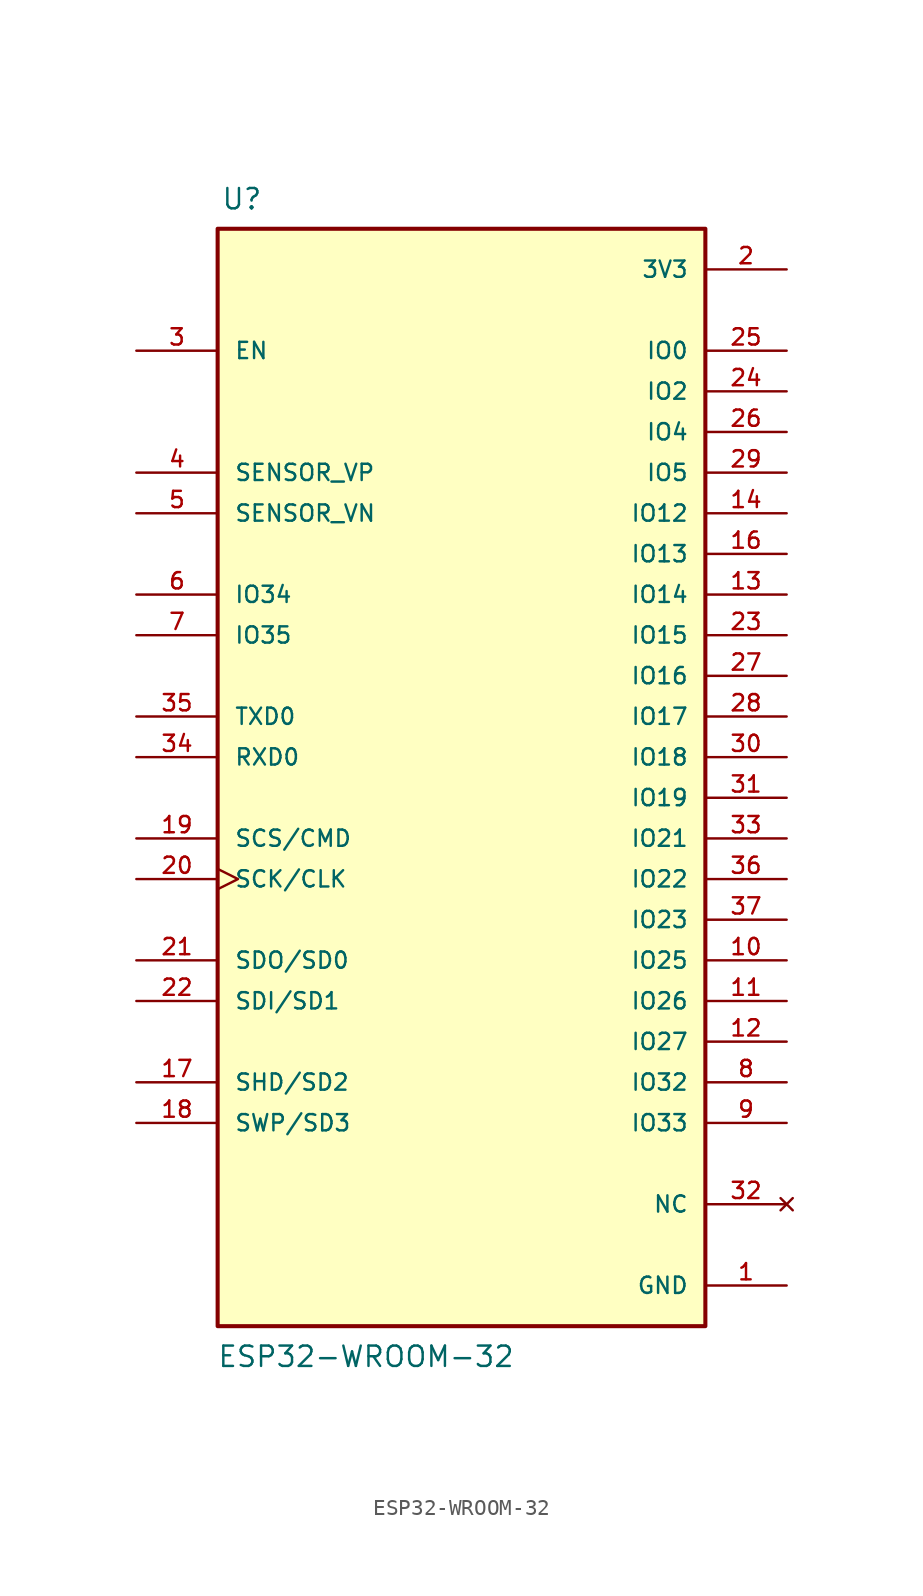
<source format=kicad_sym>
(kicad_symbol_lib
  (version 20211014)
  (generator kicad_symbol_editor)
  (symbol "ESP32-WROOM-32"
    (pin_names
      (offset 1.016))
    (property "Reference" "U"
      (at -15.036 36.675 0)
      (effects (font (size 1.27 1.27)) (justify bottom left)))
    (property "Value" "ESP32-WROOM-32"
      (at -15.287 -35.668 0)
      (effects (font (size 1.27 1.27)) (justify bottom left)))
    (symbol "ESP32-WROOM-32_0_0"
      (rectangle (start -15.24 -33.02) (end 15.24 35.56) (stroke (width 0.254)) (fill (type background)))
      (pin power_in line (at 20.32 -30.48 180.0) (length 5.08) (name "GND" (effects (font (size 1.016 1.016)))) (number "1" (effects (font (size 1.016 1.016)))))
      (pin power_in line (at 20.32 -30.48 180.0) (length 5.08) hide (name "GND" (effects (font (size 1.016 1.016)))) (number "15" (effects (font (size 1.016 1.016)))))
      (pin power_in line (at 20.32 -30.48 180.0) (length 5.08) hide (name "GND" (effects (font (size 1.016 1.016)))) (number "38" (effects (font (size 1.016 1.016)))))
      (pin power_in line (at 20.32 -30.48 180.0) (length 5.08) hide (name "GND" (effects (font (size 1.016 1.016)))) (number "39_1" (effects (font (size 1.016 1.016)))))
      (pin power_in line (at 20.32 -30.48 180.0) (length 5.08) hide (name "GND" (effects (font (size 1.016 1.016)))) (number "39_2" (effects (font (size 1.016 1.016)))))
      (pin power_in line (at 20.32 -30.48 180.0) (length 5.08) hide (name "GND" (effects (font (size 1.016 1.016)))) (number "39_3" (effects (font (size 1.016 1.016)))))
      (pin power_in line (at 20.32 -30.48 180.0) (length 5.08) hide (name "GND" (effects (font (size 1.016 1.016)))) (number "39_4" (effects (font (size 1.016 1.016)))))
      (pin power_in line (at 20.32 -30.48 180.0) (length 5.08) hide (name "GND" (effects (font (size 1.016 1.016)))) (number "39_5" (effects (font (size 1.016 1.016)))))
      (pin power_in line (at 20.32 -30.48 180.0) (length 5.08) hide (name "GND" (effects (font (size 1.016 1.016)))) (number "39_6" (effects (font (size 1.016 1.016)))))
      (pin power_in line (at 20.32 -30.48 180.0) (length 5.08) hide (name "GND" (effects (font (size 1.016 1.016)))) (number "39_7" (effects (font (size 1.016 1.016)))))
      (pin power_in line (at 20.32 -30.48 180.0) (length 5.08) hide (name "GND" (effects (font (size 1.016 1.016)))) (number "39_8" (effects (font (size 1.016 1.016)))))
      (pin power_in line (at 20.32 -30.48 180.0) (length 5.08) hide (name "GND" (effects (font (size 1.016 1.016)))) (number "39_9" (effects (font (size 1.016 1.016)))))
      (pin power_in line (at 20.32 -30.48 180.0) (length 5.08) hide (name "GND" (effects (font (size 1.016 1.016)))) (number "39_10" (effects (font (size 1.016 1.016)))))
      (pin power_in line (at 20.32 -30.48 180.0) (length 5.08) hide (name "GND" (effects (font (size 1.016 1.016)))) (number "39_11" (effects (font (size 1.016 1.016)))))
      (pin power_in line (at 20.32 -30.48 180.0) (length 5.08) hide (name "GND" (effects (font (size 1.016 1.016)))) (number "39_12" (effects (font (size 1.016 1.016)))))
      (pin power_in line (at 20.32 -30.48 180.0) (length 5.08) hide (name "GND" (effects (font (size 1.016 1.016)))) (number "39_13" (effects (font (size 1.016 1.016)))))
      (pin power_in line (at 20.32 -30.48 180.0) (length 5.08) hide (name "GND" (effects (font (size 1.016 1.016)))) (number "39_14" (effects (font (size 1.016 1.016)))))
      (pin power_in line (at 20.32 -30.48 180.0) (length 5.08) hide (name "GND" (effects (font (size 1.016 1.016)))) (number "39_15" (effects (font (size 1.016 1.016)))))
      (pin power_in line (at 20.32 -30.48 180.0) (length 5.08) hide (name "GND" (effects (font (size 1.016 1.016)))) (number "39_16" (effects (font (size 1.016 1.016)))))
      (pin power_in line (at 20.32 -30.48 180.0) (length 5.08) hide (name "GND" (effects (font (size 1.016 1.016)))) (number "39_17" (effects (font (size 1.016 1.016)))))
      (pin power_in line (at 20.32 -30.48 180.0) (length 5.08) hide (name "GND" (effects (font (size 1.016 1.016)))) (number "39_18" (effects (font (size 1.016 1.016)))))
      (pin power_in line (at 20.32 -30.48 180.0) (length 5.08) hide (name "GND" (effects (font (size 1.016 1.016)))) (number "39_19" (effects (font (size 1.016 1.016)))))
      (pin power_in line (at 20.32 -30.48 180.0) (length 5.08) hide (name "GND" (effects (font (size 1.016 1.016)))) (number "39_20" (effects (font (size 1.016 1.016)))))
      (pin power_in line (at 20.32 -30.48 180.0) (length 5.08) hide (name "GND" (effects (font (size 1.016 1.016)))) (number "39_21" (effects (font (size 1.016 1.016)))))
      (pin power_in line (at 20.32 33.02 180.0) (length 5.08) (name "3V3" (effects (font (size 1.016 1.016)))) (number "2" (effects (font (size 1.016 1.016)))))
      (pin input line (at -20.32 27.94 0) (length 5.08) (name "EN" (effects (font (size 1.016 1.016)))) (number "3" (effects (font (size 1.016 1.016)))))
      (pin input line (at -20.32 20.32 0) (length 5.08) (name "SENSOR_VP" (effects (font (size 1.016 1.016)))) (number "4" (effects (font (size 1.016 1.016)))))
      (pin input line (at -20.32 17.78 0) (length 5.08) (name "SENSOR_VN" (effects (font (size 1.016 1.016)))) (number "5" (effects (font (size 1.016 1.016)))))
      (pin input line (at -20.32 12.7 0) (length 5.08) (name "IO34" (effects (font (size 1.016 1.016)))) (number "6" (effects (font (size 1.016 1.016)))))
      (pin input line (at -20.32 10.16 0) (length 5.08) (name "IO35" (effects (font (size 1.016 1.016)))) (number "7" (effects (font (size 1.016 1.016)))))
      (pin bidirectional line (at 20.32 -20.32 180.0) (length 5.08) (name "IO33" (effects (font (size 1.016 1.016)))) (number "9" (effects (font (size 1.016 1.016)))))
      (pin bidirectional line (at 20.32 -17.78 180.0) (length 5.08) (name "IO32" (effects (font (size 1.016 1.016)))) (number "8" (effects (font (size 1.016 1.016)))))
      (pin bidirectional line (at 20.32 -10.16 180.0) (length 5.08) (name "IO25" (effects (font (size 1.016 1.016)))) (number "10" (effects (font (size 1.016 1.016)))))
      (pin bidirectional line (at 20.32 -12.7 180.0) (length 5.08) (name "IO26" (effects (font (size 1.016 1.016)))) (number "11" (effects (font (size 1.016 1.016)))))
      (pin bidirectional line (at 20.32 -15.24 180.0) (length 5.08) (name "IO27" (effects (font (size 1.016 1.016)))) (number "12" (effects (font (size 1.016 1.016)))))
      (pin bidirectional line (at 20.32 12.7 180.0) (length 5.08) (name "IO14" (effects (font (size 1.016 1.016)))) (number "13" (effects (font (size 1.016 1.016)))))
      (pin bidirectional line (at 20.32 17.78 180.0) (length 5.08) (name "IO12" (effects (font (size 1.016 1.016)))) (number "14" (effects (font (size 1.016 1.016)))))
      (pin bidirectional line (at 20.32 15.24 180.0) (length 5.08) (name "IO13" (effects (font (size 1.016 1.016)))) (number "16" (effects (font (size 1.016 1.016)))))
      (pin bidirectional line (at 20.32 10.16 180.0) (length 5.08) (name "IO15" (effects (font (size 1.016 1.016)))) (number "23" (effects (font (size 1.016 1.016)))))
      (pin bidirectional line (at 20.32 25.4 180.0) (length 5.08) (name "IO2" (effects (font (size 1.016 1.016)))) (number "24" (effects (font (size 1.016 1.016)))))
      (pin bidirectional line (at 20.32 27.94 180.0) (length 5.08) (name "IO0" (effects (font (size 1.016 1.016)))) (number "25" (effects (font (size 1.016 1.016)))))
      (pin bidirectional line (at 20.32 22.86 180.0) (length 5.08) (name "IO4" (effects (font (size 1.016 1.016)))) (number "26" (effects (font (size 1.016 1.016)))))
      (pin bidirectional line (at 20.32 7.62 180.0) (length 5.08) (name "IO16" (effects (font (size 1.016 1.016)))) (number "27" (effects (font (size 1.016 1.016)))))
      (pin bidirectional line (at 20.32 5.08 180.0) (length 5.08) (name "IO17" (effects (font (size 1.016 1.016)))) (number "28" (effects (font (size 1.016 1.016)))))
      (pin bidirectional line (at 20.32 20.32 180.0) (length 5.08) (name "IO5" (effects (font (size 1.016 1.016)))) (number "29" (effects (font (size 1.016 1.016)))))
      (pin bidirectional line (at 20.32 2.54 180.0) (length 5.08) (name "IO18" (effects (font (size 1.016 1.016)))) (number "30" (effects (font (size 1.016 1.016)))))
      (pin bidirectional line (at 20.32 0.0 180.0) (length 5.08) (name "IO19" (effects (font (size 1.016 1.016)))) (number "31" (effects (font (size 1.016 1.016)))))
      (pin bidirectional line (at 20.32 -2.54 180.0) (length 5.08) (name "IO21" (effects (font (size 1.016 1.016)))) (number "33" (effects (font (size 1.016 1.016)))))
      (pin bidirectional line (at 20.32 -5.08 180.0) (length 5.08) (name "IO22" (effects (font (size 1.016 1.016)))) (number "36" (effects (font (size 1.016 1.016)))))
      (pin bidirectional line (at 20.32 -7.62 180.0) (length 5.08) (name "IO23" (effects (font (size 1.016 1.016)))) (number "37" (effects (font (size 1.016 1.016)))))
      (pin bidirectional line (at -20.32 2.54 0) (length 5.08) (name "RXD0" (effects (font (size 1.016 1.016)))) (number "34" (effects (font (size 1.016 1.016)))))
      (pin bidirectional line (at -20.32 5.08 0) (length 5.08) (name "TXD0" (effects (font (size 1.016 1.016)))) (number "35" (effects (font (size 1.016 1.016)))))
      (pin bidirectional line (at -20.32 -17.78 0) (length 5.08) (name "SHD/SD2" (effects (font (size 1.016 1.016)))) (number "17" (effects (font (size 1.016 1.016)))))
      (pin bidirectional line (at -20.32 -20.32 0) (length 5.08) (name "SWP/SD3" (effects (font (size 1.016 1.016)))) (number "18" (effects (font (size 1.016 1.016)))))
      (pin bidirectional line (at -20.32 -2.54 0) (length 5.08) (name "SCS/CMD" (effects (font (size 1.016 1.016)))) (number "19" (effects (font (size 1.016 1.016)))))
      (pin bidirectional clock (at -20.32 -5.08 0) (length 5.08) (name "SCK/CLK" (effects (font (size 1.016 1.016)))) (number "20" (effects (font (size 1.016 1.016)))))
      (pin bidirectional line (at -20.32 -10.16 0) (length 5.08) (name "SDO/SD0" (effects (font (size 1.016 1.016)))) (number "21" (effects (font (size 1.016 1.016)))))
      (pin bidirectional line (at -20.32 -12.7 0) (length 5.08) (name "SDI/SD1" (effects (font (size 1.016 1.016)))) (number "22" (effects (font (size 1.016 1.016)))))
      (pin no_connect line (at 20.32 -25.4 180.0) (length 5.08) (name "NC" (effects (font (size 1.016 1.016)))) (number "32" (effects (font (size 1.016 1.016))))))))
</source>
